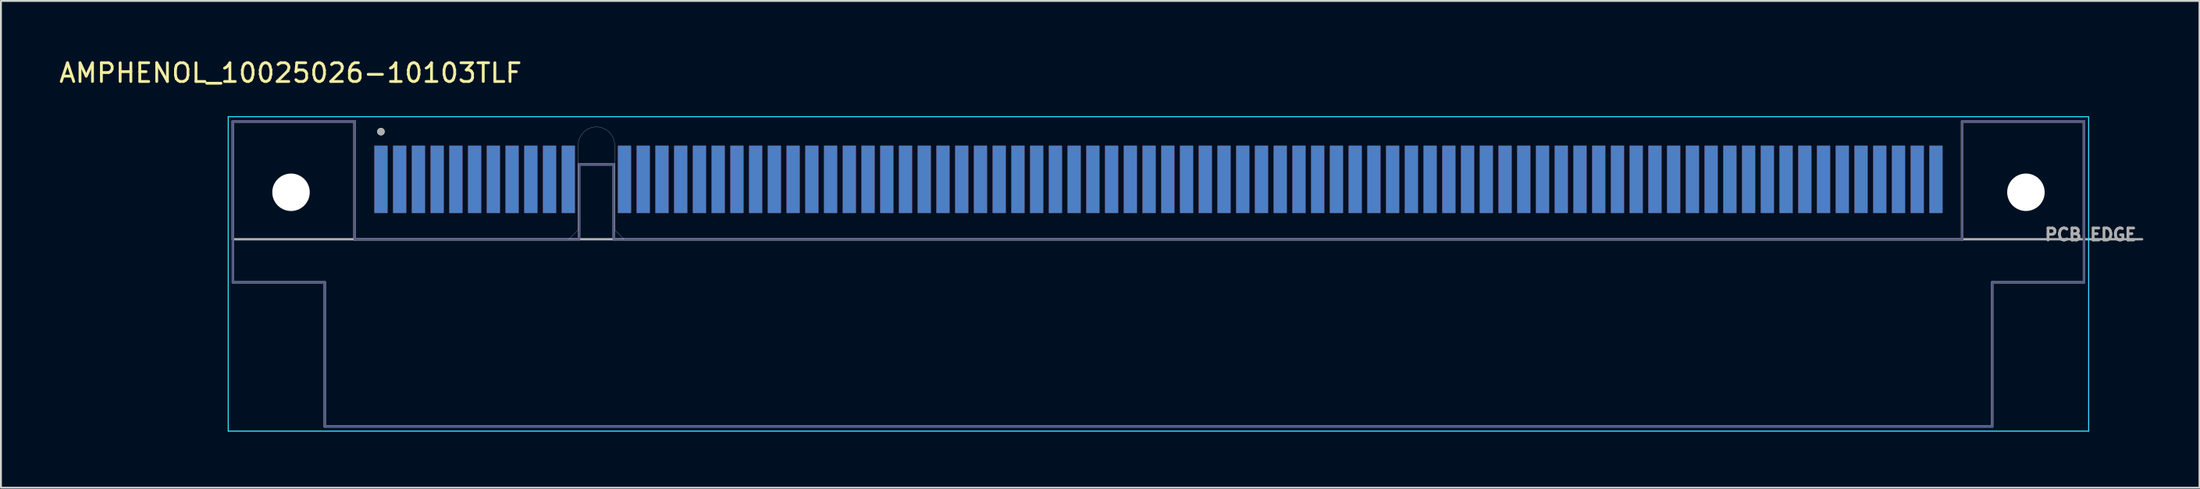
<source format=kicad_pcb>
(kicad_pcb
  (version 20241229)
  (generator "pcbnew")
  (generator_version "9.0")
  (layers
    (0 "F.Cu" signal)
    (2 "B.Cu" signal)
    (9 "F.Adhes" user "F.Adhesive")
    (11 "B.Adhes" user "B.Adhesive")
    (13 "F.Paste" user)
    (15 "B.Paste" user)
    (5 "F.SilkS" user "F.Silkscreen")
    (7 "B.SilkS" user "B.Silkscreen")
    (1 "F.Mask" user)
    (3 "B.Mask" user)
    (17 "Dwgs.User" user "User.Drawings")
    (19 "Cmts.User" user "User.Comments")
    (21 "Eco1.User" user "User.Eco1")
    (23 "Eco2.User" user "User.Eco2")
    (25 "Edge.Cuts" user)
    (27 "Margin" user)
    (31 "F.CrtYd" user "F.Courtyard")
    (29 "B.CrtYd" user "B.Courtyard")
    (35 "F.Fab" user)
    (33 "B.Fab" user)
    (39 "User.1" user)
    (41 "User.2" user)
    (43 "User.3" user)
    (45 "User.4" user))
  (footprint "AMPHENOL_10025026-10103TLF"
    (layer "F.Cu")
    (at 58.783 9.733)
    (property "Reference" "AMPHENOL_10025026-10103TLF" (at -46.325 -8.885 0) (layer "F.SilkS") (effects (font (size 1 1) (thickness 0.15))))
    (attr smd)
    (fp_line (start -49.4 -6.3) (end -42.9 -6.3) (stroke (width 0.127) (type solid)) (layer "F.SilkS"))
    (fp_line (start -49.4 0) (end -49.4 -6.3) (stroke (width 0.127) (type solid)) (layer "F.SilkS"))
    (fp_line (start -42.9 -6.3) (end -42.9 0) (stroke (width 0.127) (type solid)) (layer "F.SilkS"))
    (fp_line (start 42.9 -6.3) (end 42.9 0) (stroke (width 0.127) (type solid)) (layer "F.SilkS"))
    (fp_line (start 49.4 -6.3) (end 42.9 -6.3) (stroke (width 0.127) (type solid)) (layer "F.SilkS"))
    (fp_line (start 49.4 0) (end 49.4 -6.3) (stroke (width 0.127) (type solid)) (layer "F.SilkS"))
    (fp_circle (center -41.5 -5.75) (end -41.4 -5.75) (stroke (width 0.2) (type solid)) (fill no) (layer "F.SilkS"))
    (fp_line (start -49.4 -6.3) (end -42.9 -6.3) (stroke (width 0.127) (type solid)) (layer "B.SilkS"))
    (fp_line (start -49.4 0) (end -49.4 -6.3) (stroke (width 0.127) (type solid)) (layer "B.SilkS"))
    (fp_line (start -42.9 -6.3) (end -42.9 0) (stroke (width 0.127) (type solid)) (layer "B.SilkS"))
    (fp_line (start 42.9 -6.3) (end 42.9 0) (stroke (width 0.127) (type solid)) (layer "B.SilkS"))
    (fp_line (start 49.4 -6.3) (end 42.9 -6.3) (stroke (width 0.127) (type solid)) (layer "B.SilkS"))
    (fp_line (start 49.4 0) (end 49.4 -6.3) (stroke (width 0.127) (type solid)) (layer "B.SilkS"))
    (fp_line (start -31.475 0) (end -30.975 -0.5) (stroke (width 0.01) (type solid)) (layer "Edge.Cuts"))
    (fp_line (start -30.975 -0.5) (end -30.975 -5.025) (stroke (width 0.01) (type solid)) (layer "Edge.Cuts"))
    (fp_line (start -29.025 -5.025) (end -29.025 -0.5) (stroke (width 0.01) (type solid)) (layer "Edge.Cuts"))
    (fp_line (start -29.025 -0.5) (end -28.525 0) (stroke (width 0.01) (type solid)) (layer "Edge.Cuts"))
    (fp_line (start -28.525 0) (end -31.475 0) (stroke (width 0.01) (type solid)) (layer "Edge.Cuts"))
    (fp_arc (start -30.975 -5.025) (mid -30.689429 -5.714429) (end -30 -6) (stroke (width 0.01) (type solid)) (layer "Edge.Cuts"))
    (fp_arc (start -30 -6) (mid -29.310571 -5.714429) (end -29.025 -5.025) (stroke (width 0.01) (type solid)) (layer "Edge.Cuts"))
    (fp_line (start -49.65 -6.55) (end -49.65 10.25) (stroke (width 0.05) (type solid)) (layer "B.CrtYd"))
    (fp_line (start -49.65 10.25) (end 49.65 10.25) (stroke (width 0.05) (type solid)) (layer "B.CrtYd"))
    (fp_line (start 49.65 -6.55) (end -49.65 -6.55) (stroke (width 0.05) (type solid)) (layer "B.CrtYd"))
    (fp_line (start 49.65 10.25) (end 49.65 -6.55) (stroke (width 0.05) (type solid)) (layer "B.CrtYd"))
    (fp_line (start -49.65 -6.55) (end -49.65 10.25) (stroke (width 0.05) (type solid)) (layer "F.CrtYd"))
    (fp_line (start -49.65 10.25) (end 49.65 10.25) (stroke (width 0.05) (type solid)) (layer "F.CrtYd"))
    (fp_line (start 49.65 -6.55) (end -49.65 -6.55) (stroke (width 0.05) (type solid)) (layer "F.CrtYd"))
    (fp_line (start 49.65 10.25) (end 49.65 -6.55) (stroke (width 0.05) (type solid)) (layer "F.CrtYd"))
    (fp_line (start -49.4 -6.3) (end -42.9 -6.3) (stroke (width 0.127) (type solid)) (layer "B.Fab"))
    (fp_line (start -49.4 2.3) (end -49.4 -6.3) (stroke (width 0.127) (type solid)) (layer "B.Fab"))
    (fp_line (start -44.5 2.3) (end -49.4 2.3) (stroke (width 0.127) (type solid)) (layer "B.Fab"))
    (fp_line (start -44.5 10) (end -44.5 2.3) (stroke (width 0.127) (type solid)) (layer "B.Fab"))
    (fp_line (start -42.9 -6.3) (end -42.9 0) (stroke (width 0.127) (type solid)) (layer "B.Fab"))
    (fp_line (start -30.925 -4) (end -30.925 0) (stroke (width 0.127) (type solid)) (layer "B.Fab"))
    (fp_line (start -30.925 -4) (end -29.075 -4) (stroke (width 0.127) (type solid)) (layer "B.Fab"))
    (fp_line (start -30.925 0) (end -42.9 0) (stroke (width 0.127) (type solid)) (layer "B.Fab"))
    (fp_line (start -29.075 -4) (end -29.075 0) (stroke (width 0.127) (type solid)) (layer "B.Fab"))
    (fp_line (start 42.9 -6.3) (end 42.9 0) (stroke (width 0.127) (type solid)) (layer "B.Fab"))
    (fp_line (start 42.9 0) (end -29.075 0) (stroke (width 0.127) (type solid)) (layer "B.Fab"))
    (fp_line (start 44.5 2.3) (end 49.4 2.3) (stroke (width 0.127) (type solid)) (layer "B.Fab"))
    (fp_line (start 44.5 10) (end -44.5 10) (stroke (width 0.127) (type solid)) (layer "B.Fab"))
    (fp_line (start 44.5 10) (end 44.5 2.3) (stroke (width 0.127) (type solid)) (layer "B.Fab"))
    (fp_line (start 49.4 -6.3) (end 42.9 -6.3) (stroke (width 0.127) (type solid)) (layer "B.Fab"))
    (fp_line (start 49.4 2.3) (end 49.4 -6.3) (stroke (width 0.127) (type solid)) (layer "B.Fab"))
    (fp_line (start -49.4 -6.3) (end -42.9 -6.3) (stroke (width 0.127) (type solid)) (layer "F.Fab"))
    (fp_line (start -49.4 0) (end -49.4 -6.3) (stroke (width 0.127) (type solid)) (layer "F.Fab"))
    (fp_line (start -49.4 0) (end 52.5 0) (stroke (width 0.127) (type solid)) (layer "F.Fab"))
    (fp_line (start -49.4 2.3) (end -49.4 0) (stroke (width 0.127) (type solid)) (layer "F.Fab"))
    (fp_line (start -44.5 2.3) (end -49.4 2.3) (stroke (width 0.127) (type solid)) (layer "F.Fab"))
    (fp_line (start -44.5 10) (end -44.5 2.3) (stroke (width 0.127) (type solid)) (layer "F.Fab"))
    (fp_line (start -42.9 -6.3) (end -42.9 0) (stroke (width 0.127) (type solid)) (layer "F.Fab"))
    (fp_line (start -30.925 -4) (end -30.925 0) (stroke (width 0.127) (type solid)) (layer "F.Fab"))
    (fp_line (start -30.925 -4) (end -29.075 -4) (stroke (width 0.127) (type solid)) (layer "F.Fab"))
    (fp_line (start -30.925 0) (end -42.9 0) (stroke (width 0.127) (type solid)) (layer "F.Fab"))
    (fp_line (start -29.075 -4) (end -29.075 0) (stroke (width 0.127) (type solid)) (layer "F.Fab"))
    (fp_line (start 42.9 -6.3) (end 42.9 0) (stroke (width 0.127) (type solid)) (layer "F.Fab"))
    (fp_line (start 42.9 0) (end -29.075 0) (stroke (width 0.127) (type solid)) (layer "F.Fab"))
    (fp_line (start 44.5 2.3) (end 49.4 2.3) (stroke (width 0.127) (type solid)) (layer "F.Fab"))
    (fp_line (start 44.5 10) (end -44.5 10) (stroke (width 0.127) (type solid)) (layer "F.Fab"))
    (fp_line (start 44.5 10) (end 44.5 2.3) (stroke (width 0.127) (type solid)) (layer "F.Fab"))
    (fp_line (start 49.4 -6.3) (end 42.9 -6.3) (stroke (width 0.127) (type solid)) (layer "F.Fab"))
    (fp_line (start 49.4 2.3) (end 49.4 -6.3) (stroke (width 0.127) (type solid)) (layer "F.Fab"))
    (fp_circle (center -41.5 -5.75) (end -41.4 -5.75) (stroke (width 0.2) (type solid)) (fill no) (layer "F.Fab"))
    (fp_text user "PCB EDGE" (at 49.75 -0.25 0) (layer "F.Fab") (effects (font (size 0.64 0.64) (thickness 0.15))))
    (pad "" np_thru_hole circle (at -46.3 -2.51) (size 2 2) (drill 2) (layers "*.Cu" "*.Mask"))
    (pad "" np_thru_hole circle (at 46.3 -2.51) (size 2 2) (drill 2) (layers "*.Cu" "*.Mask"))
    (pad "A1" smd rect (at -41.5 -3.2) (size 0.7 3.6) (layers "F.Cu" "F.Mask" "F.Paste"))
    (pad "A2" smd rect (at -40.5 -3.2) (size 0.7 3.6) (layers "F.Cu" "F.Mask" "F.Paste"))
    (pad "A3" smd rect (at -39.5 -3.2) (size 0.7 3.6) (layers "F.Cu" "F.Mask" "F.Paste"))
    (pad "A4" smd rect (at -38.5 -3.2) (size 0.7 3.6) (layers "F.Cu" "F.Mask" "F.Paste"))
    (pad "A5" smd rect (at -37.5 -3.2) (size 0.7 3.6) (layers "F.Cu" "F.Mask" "F.Paste"))
    (pad "A6" smd rect (at -36.5 -3.2) (size 0.7 3.6) (layers "F.Cu" "F.Mask" "F.Paste"))
    (pad "A7" smd rect (at -35.5 -3.2) (size 0.7 3.6) (layers "F.Cu" "F.Mask" "F.Paste"))
    (pad "A8" smd rect (at -34.5 -3.2) (size 0.7 3.6) (layers "F.Cu" "F.Mask" "F.Paste"))
    (pad "A9" smd rect (at -33.5 -3.2) (size 0.7 3.6) (layers "F.Cu" "F.Mask" "F.Paste"))
    (pad "A10" smd rect (at -32.5 -3.2) (size 0.7 3.6) (layers "F.Cu" "F.Mask" "F.Paste"))
    (pad "A11" smd rect (at -31.5 -3.2) (size 0.7 3.6) (layers "F.Cu" "F.Mask" "F.Paste"))
    (pad "A12" smd rect (at -28.5 -3.2) (size 0.7 3.6) (layers "F.Cu" "F.Mask" "F.Paste"))
    (pad "A13" smd rect (at -27.5 -3.2) (size 0.7 3.6) (layers "F.Cu" "F.Mask" "F.Paste"))
    (pad "A14" smd rect (at -26.5 -3.2) (size 0.7 3.6) (layers "F.Cu" "F.Mask" "F.Paste"))
    (pad "A15" smd rect (at -25.5 -3.2) (size 0.7 3.6) (layers "F.Cu" "F.Mask" "F.Paste"))
    (pad "A16" smd rect (at -24.5 -3.2) (size 0.7 3.6) (layers "F.Cu" "F.Mask" "F.Paste"))
    (pad "A17" smd rect (at -23.5 -3.2) (size 0.7 3.6) (layers "F.Cu" "F.Mask" "F.Paste"))
    (pad "A18" smd rect (at -22.5 -3.2) (size 0.7 3.6) (layers "F.Cu" "F.Mask" "F.Paste"))
    (pad "A19" smd rect (at -21.5 -3.2) (size 0.7 3.6) (layers "F.Cu" "F.Mask" "F.Paste"))
    (pad "A20" smd rect (at -20.5 -3.2) (size 0.7 3.6) (layers "F.Cu" "F.Mask" "F.Paste"))
    (pad "A21" smd rect (at -19.5 -3.2) (size 0.7 3.6) (layers "F.Cu" "F.Mask" "F.Paste"))
    (pad "A22" smd rect (at -18.5 -3.2) (size 0.7 3.6) (layers "F.Cu" "F.Mask" "F.Paste"))
    (pad "A23" smd rect (at -17.5 -3.2) (size 0.7 3.6) (layers "F.Cu" "F.Mask" "F.Paste"))
    (pad "A24" smd rect (at -16.5 -3.2) (size 0.7 3.6) (layers "F.Cu" "F.Mask" "F.Paste"))
    (pad "A25" smd rect (at -15.5 -3.2) (size 0.7 3.6) (layers "F.Cu" "F.Mask" "F.Paste"))
    (pad "A26" smd rect (at -14.5 -3.2) (size 0.7 3.6) (layers "F.Cu" "F.Mask" "F.Paste"))
    (pad "A27" smd rect (at -13.5 -3.2) (size 0.7 3.6) (layers "F.Cu" "F.Mask" "F.Paste"))
    (pad "A28" smd rect (at -12.5 -3.2) (size 0.7 3.6) (layers "F.Cu" "F.Mask" "F.Paste"))
    (pad "A29" smd rect (at -11.5 -3.2) (size 0.7 3.6) (layers "F.Cu" "F.Mask" "F.Paste"))
    (pad "A30" smd rect (at -10.5 -3.2) (size 0.7 3.6) (layers "F.Cu" "F.Mask" "F.Paste"))
    (pad "A31" smd rect (at -9.5 -3.2) (size 0.7 3.6) (layers "F.Cu" "F.Mask" "F.Paste"))
    (pad "A32" smd rect (at -8.5 -3.2) (size 0.7 3.6) (layers "F.Cu" "F.Mask" "F.Paste"))
    (pad "A33" smd rect (at -7.5 -3.2) (size 0.7 3.6) (layers "F.Cu" "F.Mask" "F.Paste"))
    (pad "A34" smd rect (at -6.5 -3.2) (size 0.7 3.6) (layers "F.Cu" "F.Mask" "F.Paste"))
    (pad "A35" smd rect (at -5.5 -3.2) (size 0.7 3.6) (layers "F.Cu" "F.Mask" "F.Paste"))
    (pad "A36" smd rect (at -4.5 -3.2) (size 0.7 3.6) (layers "F.Cu" "F.Mask" "F.Paste"))
    (pad "A37" smd rect (at -3.5 -3.2) (size 0.7 3.6) (layers "F.Cu" "F.Mask" "F.Paste"))
    (pad "A38" smd rect (at -2.5 -3.2) (size 0.7 3.6) (layers "F.Cu" "F.Mask" "F.Paste"))
    (pad "A39" smd rect (at -1.5 -3.2) (size 0.7 3.6) (layers "F.Cu" "F.Mask" "F.Paste"))
    (pad "A40" smd rect (at -0.5 -3.2) (size 0.7 3.6) (layers "F.Cu" "F.Mask" "F.Paste"))
    (pad "A41" smd rect (at 0.5 -3.2) (size 0.7 3.6) (layers "F.Cu" "F.Mask" "F.Paste"))
    (pad "A42" smd rect (at 1.5 -3.2) (size 0.7 3.6) (layers "F.Cu" "F.Mask" "F.Paste"))
    (pad "A43" smd rect (at 2.5 -3.2) (size 0.7 3.6) (layers "F.Cu" "F.Mask" "F.Paste"))
    (pad "A44" smd rect (at 3.5 -3.2) (size 0.7 3.6) (layers "F.Cu" "F.Mask" "F.Paste"))
    (pad "A45" smd rect (at 4.5 -3.2) (size 0.7 3.6) (layers "F.Cu" "F.Mask" "F.Paste"))
    (pad "A46" smd rect (at 5.5 -3.2) (size 0.7 3.6) (layers "F.Cu" "F.Mask" "F.Paste"))
    (pad "A47" smd rect (at 6.5 -3.2) (size 0.7 3.6) (layers "F.Cu" "F.Mask" "F.Paste"))
    (pad "A48" smd rect (at 7.5 -3.2) (size 0.7 3.6) (layers "F.Cu" "F.Mask" "F.Paste"))
    (pad "A49" smd rect (at 8.5 -3.2) (size 0.7 3.6) (layers "F.Cu" "F.Mask" "F.Paste"))
    (pad "A50" smd rect (at 9.5 -3.2) (size 0.7 3.6) (layers "F.Cu" "F.Mask" "F.Paste"))
    (pad "A51" smd rect (at 10.5 -3.2) (size 0.7 3.6) (layers "F.Cu" "F.Mask" "F.Paste"))
    (pad "A52" smd rect (at 11.5 -3.2) (size 0.7 3.6) (layers "F.Cu" "F.Mask" "F.Paste"))
    (pad "A53" smd rect (at 12.5 -3.2) (size 0.7 3.6) (layers "F.Cu" "F.Mask" "F.Paste"))
    (pad "A54" smd rect (at 13.5 -3.2) (size 0.7 3.6) (layers "F.Cu" "F.Mask" "F.Paste"))
    (pad "A55" smd rect (at 14.5 -3.2) (size 0.7 3.6) (layers "F.Cu" "F.Mask" "F.Paste"))
    (pad "A56" smd rect (at 15.5 -3.2) (size 0.7 3.6) (layers "F.Cu" "F.Mask" "F.Paste"))
    (pad "A57" smd rect (at 16.5 -3.2) (size 0.7 3.6) (layers "F.Cu" "F.Mask" "F.Paste"))
    (pad "A58" smd rect (at 17.5 -3.2) (size 0.7 3.6) (layers "F.Cu" "F.Mask" "F.Paste"))
    (pad "A59" smd rect (at 18.5 -3.2) (size 0.7 3.6) (layers "F.Cu" "F.Mask" "F.Paste"))
    (pad "A60" smd rect (at 19.5 -3.2) (size 0.7 3.6) (layers "F.Cu" "F.Mask" "F.Paste"))
    (pad "A61" smd rect (at 20.5 -3.2) (size 0.7 3.6) (layers "F.Cu" "F.Mask" "F.Paste"))
    (pad "A62" smd rect (at 21.5 -3.2) (size 0.7 3.6) (layers "F.Cu" "F.Mask" "F.Paste"))
    (pad "A63" smd rect (at 22.5 -3.2) (size 0.7 3.6) (layers "F.Cu" "F.Mask" "F.Paste"))
    (pad "A64" smd rect (at 23.5 -3.2) (size 0.7 3.6) (layers "F.Cu" "F.Mask" "F.Paste"))
    (pad "A65" smd rect (at 24.5 -3.2) (size 0.7 3.6) (layers "F.Cu" "F.Mask" "F.Paste"))
    (pad "A66" smd rect (at 25.5 -3.2) (size 0.7 3.6) (layers "F.Cu" "F.Mask" "F.Paste"))
    (pad "A67" smd rect (at 26.5 -3.2) (size 0.7 3.6) (layers "F.Cu" "F.Mask" "F.Paste"))
    (pad "A68" smd rect (at 27.5 -3.2) (size 0.7 3.6) (layers "F.Cu" "F.Mask" "F.Paste"))
    (pad "A69" smd rect (at 28.5 -3.2) (size 0.7 3.6) (layers "F.Cu" "F.Mask" "F.Paste"))
    (pad "A70" smd rect (at 29.5 -3.2) (size 0.7 3.6) (layers "F.Cu" "F.Mask" "F.Paste"))
    (pad "A71" smd rect (at 30.5 -3.2) (size 0.7 3.6) (layers "F.Cu" "F.Mask" "F.Paste"))
    (pad "A72" smd rect (at 31.5 -3.2) (size 0.7 3.6) (layers "F.Cu" "F.Mask" "F.Paste"))
    (pad "A73" smd rect (at 32.5 -3.2) (size 0.7 3.6) (layers "F.Cu" "F.Mask" "F.Paste"))
    (pad "A74" smd rect (at 33.5 -3.2) (size 0.7 3.6) (layers "F.Cu" "F.Mask" "F.Paste"))
    (pad "A75" smd rect (at 34.5 -3.2) (size 0.7 3.6) (layers "F.Cu" "F.Mask" "F.Paste"))
    (pad "A76" smd rect (at 35.5 -3.2) (size 0.7 3.6) (layers "F.Cu" "F.Mask" "F.Paste"))
    (pad "A77" smd rect (at 36.5 -3.2) (size 0.7 3.6) (layers "F.Cu" "F.Mask" "F.Paste"))
    (pad "A78" smd rect (at 37.5 -3.2) (size 0.7 3.6) (layers "F.Cu" "F.Mask" "F.Paste"))
    (pad "A79" smd rect (at 38.5 -3.2) (size 0.7 3.6) (layers "F.Cu" "F.Mask" "F.Paste"))
    (pad "A80" smd rect (at 39.5 -3.2) (size 0.7 3.6) (layers "F.Cu" "F.Mask" "F.Paste"))
    (pad "A81" smd rect (at 40.5 -3.2) (size 0.7 3.6) (layers "F.Cu" "F.Mask" "F.Paste"))
    (pad "A82" smd rect (at 41.5 -3.2) (size 0.7 3.6) (layers "F.Cu" "F.Mask" "F.Paste"))
    (pad "B1" smd rect (at -41.5 -3.2) (size 0.7 3.6) (layers "B.Cu" "B.Mask" "B.Paste"))
    (pad "B2" smd rect (at -40.5 -3.2) (size 0.7 3.6) (layers "B.Cu" "B.Mask" "B.Paste"))
    (pad "B3" smd rect (at -39.5 -3.2) (size 0.7 3.6) (layers "B.Cu" "B.Mask" "B.Paste"))
    (pad "B4" smd rect (at -38.5 -3.2) (size 0.7 3.6) (layers "B.Cu" "B.Mask" "B.Paste"))
    (pad "B5" smd rect (at -37.5 -3.2) (size 0.7 3.6) (layers "B.Cu" "B.Mask" "B.Paste"))
    (pad "B6" smd rect (at -36.5 -3.2) (size 0.7 3.6) (layers "B.Cu" "B.Mask" "B.Paste"))
    (pad "B7" smd rect (at -35.5 -3.2) (size 0.7 3.6) (layers "B.Cu" "B.Mask" "B.Paste"))
    (pad "B8" smd rect (at -34.5 -3.2) (size 0.7 3.6) (layers "B.Cu" "B.Mask" "B.Paste"))
    (pad "B9" smd rect (at -33.5 -3.2) (size 0.7 3.6) (layers "B.Cu" "B.Mask" "B.Paste"))
    (pad "B10" smd rect (at -32.5 -3.2) (size 0.7 3.6) (layers "B.Cu" "B.Mask" "B.Paste"))
    (pad "B11" smd rect (at -31.5 -3.2) (size 0.7 3.6) (layers "B.Cu" "B.Mask" "B.Paste"))
    (pad "B12" smd rect (at -28.5 -3.2) (size 0.7 3.6) (layers "B.Cu" "B.Mask" "B.Paste"))
    (pad "B13" smd rect (at -27.5 -3.2) (size 0.7 3.6) (layers "B.Cu" "B.Mask" "B.Paste"))
    (pad "B14" smd rect (at -26.5 -3.2) (size 0.7 3.6) (layers "B.Cu" "B.Mask" "B.Paste"))
    (pad "B15" smd rect (at -25.5 -3.2) (size 0.7 3.6) (layers "B.Cu" "B.Mask" "B.Paste"))
    (pad "B16" smd rect (at -24.5 -3.2) (size 0.7 3.6) (layers "B.Cu" "B.Mask" "B.Paste"))
    (pad "B17" smd rect (at -23.5 -3.2) (size 0.7 3.6) (layers "B.Cu" "B.Mask" "B.Paste"))
    (pad "B18" smd rect (at -22.5 -3.2) (size 0.7 3.6) (layers "B.Cu" "B.Mask" "B.Paste"))
    (pad "B19" smd rect (at -21.5 -3.2) (size 0.7 3.6) (layers "B.Cu" "B.Mask" "B.Paste"))
    (pad "B20" smd rect (at -20.5 -3.2) (size 0.7 3.6) (layers "B.Cu" "B.Mask" "B.Paste"))
    (pad "B21" smd rect (at -19.5 -3.2) (size 0.7 3.6) (layers "B.Cu" "B.Mask" "B.Paste"))
    (pad "B22" smd rect (at -18.5 -3.2) (size 0.7 3.6) (layers "B.Cu" "B.Mask" "B.Paste"))
    (pad "B23" smd rect (at -17.5 -3.2) (size 0.7 3.6) (layers "B.Cu" "B.Mask" "B.Paste"))
    (pad "B24" smd rect (at -16.5 -3.2) (size 0.7 3.6) (layers "B.Cu" "B.Mask" "B.Paste"))
    (pad "B25" smd rect (at -15.5 -3.2) (size 0.7 3.6) (layers "B.Cu" "B.Mask" "B.Paste"))
    (pad "B26" smd rect (at -14.5 -3.2) (size 0.7 3.6) (layers "B.Cu" "B.Mask" "B.Paste"))
    (pad "B27" smd rect (at -13.5 -3.2) (size 0.7 3.6) (layers "B.Cu" "B.Mask" "B.Paste"))
    (pad "B28" smd rect (at -12.5 -3.2) (size 0.7 3.6) (layers "B.Cu" "B.Mask" "B.Paste"))
    (pad "B29" smd rect (at -11.5 -3.2) (size 0.7 3.6) (layers "B.Cu" "B.Mask" "B.Paste"))
    (pad "B30" smd rect (at -10.5 -3.2) (size 0.7 3.6) (layers "B.Cu" "B.Mask" "B.Paste"))
    (pad "B31" smd rect (at -9.5 -3.2) (size 0.7 3.6) (layers "B.Cu" "B.Mask" "B.Paste"))
    (pad "B32" smd rect (at -8.5 -3.2) (size 0.7 3.6) (layers "B.Cu" "B.Mask" "B.Paste"))
    (pad "B33" smd rect (at -7.5 -3.2) (size 0.7 3.6) (layers "B.Cu" "B.Mask" "B.Paste"))
    (pad "B34" smd rect (at -6.5 -3.2) (size 0.7 3.6) (layers "B.Cu" "B.Mask" "B.Paste"))
    (pad "B35" smd rect (at -5.5 -3.2) (size 0.7 3.6) (layers "B.Cu" "B.Mask" "B.Paste"))
    (pad "B36" smd rect (at -4.5 -3.2) (size 0.7 3.6) (layers "B.Cu" "B.Mask" "B.Paste"))
    (pad "B37" smd rect (at -3.5 -3.2) (size 0.7 3.6) (layers "B.Cu" "B.Mask" "B.Paste"))
    (pad "B38" smd rect (at -2.5 -3.2) (size 0.7 3.6) (layers "B.Cu" "B.Mask" "B.Paste"))
    (pad "B39" smd rect (at -1.5 -3.2) (size 0.7 3.6) (layers "B.Cu" "B.Mask" "B.Paste"))
    (pad "B40" smd rect (at -0.5 -3.2) (size 0.7 3.6) (layers "B.Cu" "B.Mask" "B.Paste"))
    (pad "B41" smd rect (at 0.5 -3.2) (size 0.7 3.6) (layers "B.Cu" "B.Mask" "B.Paste"))
    (pad "B42" smd rect (at 1.5 -3.2) (size 0.7 3.6) (layers "B.Cu" "B.Mask" "B.Paste"))
    (pad "B43" smd rect (at 2.5 -3.2) (size 0.7 3.6) (layers "B.Cu" "B.Mask" "B.Paste"))
    (pad "B44" smd rect (at 3.5 -3.2) (size 0.7 3.6) (layers "B.Cu" "B.Mask" "B.Paste"))
    (pad "B45" smd rect (at 4.5 -3.2) (size 0.7 3.6) (layers "B.Cu" "B.Mask" "B.Paste"))
    (pad "B46" smd rect (at 5.5 -3.2) (size 0.7 3.6) (layers "B.Cu" "B.Mask" "B.Paste"))
    (pad "B47" smd rect (at 6.5 -3.2) (size 0.7 3.6) (layers "B.Cu" "B.Mask" "B.Paste"))
    (pad "B48" smd rect (at 7.5 -3.2) (size 0.7 3.6) (layers "B.Cu" "B.Mask" "B.Paste"))
    (pad "B49" smd rect (at 8.5 -3.2) (size 0.7 3.6) (layers "B.Cu" "B.Mask" "B.Paste"))
    (pad "B50" smd rect (at 9.5 -3.2) (size 0.7 3.6) (layers "B.Cu" "B.Mask" "B.Paste"))
    (pad "B51" smd rect (at 10.5 -3.2) (size 0.7 3.6) (layers "B.Cu" "B.Mask" "B.Paste"))
    (pad "B52" smd rect (at 11.5 -3.2) (size 0.7 3.6) (layers "B.Cu" "B.Mask" "B.Paste"))
    (pad "B53" smd rect (at 12.5 -3.2) (size 0.7 3.6) (layers "B.Cu" "B.Mask" "B.Paste"))
    (pad "B54" smd rect (at 13.5 -3.2) (size 0.7 3.6) (layers "B.Cu" "B.Mask" "B.Paste"))
    (pad "B55" smd rect (at 14.5 -3.2) (size 0.7 3.6) (layers "B.Cu" "B.Mask" "B.Paste"))
    (pad "B56" smd rect (at 15.5 -3.2) (size 0.7 3.6) (layers "B.Cu" "B.Mask" "B.Paste"))
    (pad "B57" smd rect (at 16.5 -3.2) (size 0.7 3.6) (layers "B.Cu" "B.Mask" "B.Paste"))
    (pad "B58" smd rect (at 17.5 -3.2) (size 0.7 3.6) (layers "B.Cu" "B.Mask" "B.Paste"))
    (pad "B59" smd rect (at 18.5 -3.2) (size 0.7 3.6) (layers "B.Cu" "B.Mask" "B.Paste"))
    (pad "B60" smd rect (at 19.5 -3.2) (size 0.7 3.6) (layers "B.Cu" "B.Mask" "B.Paste"))
    (pad "B61" smd rect (at 20.5 -3.2) (size 0.7 3.6) (layers "B.Cu" "B.Mask" "B.Paste"))
    (pad "B62" smd rect (at 21.5 -3.2) (size 0.7 3.6) (layers "B.Cu" "B.Mask" "B.Paste"))
    (pad "B63" smd rect (at 22.5 -3.2) (size 0.7 3.6) (layers "B.Cu" "B.Mask" "B.Paste"))
    (pad "B64" smd rect (at 23.5 -3.2) (size 0.7 3.6) (layers "B.Cu" "B.Mask" "B.Paste"))
    (pad "B65" smd rect (at 24.5 -3.2) (size 0.7 3.6) (layers "B.Cu" "B.Mask" "B.Paste"))
    (pad "B66" smd rect (at 25.5 -3.2) (size 0.7 3.6) (layers "B.Cu" "B.Mask" "B.Paste"))
    (pad "B67" smd rect (at 26.5 -3.2) (size 0.7 3.6) (layers "B.Cu" "B.Mask" "B.Paste"))
    (pad "B68" smd rect (at 27.5 -3.2) (size 0.7 3.6) (layers "B.Cu" "B.Mask" "B.Paste"))
    (pad "B69" smd rect (at 28.5 -3.2) (size 0.7 3.6) (layers "B.Cu" "B.Mask" "B.Paste"))
    (pad "B70" smd rect (at 29.5 -3.2) (size 0.7 3.6) (layers "B.Cu" "B.Mask" "B.Paste"))
    (pad "B71" smd rect (at 30.5 -3.2) (size 0.7 3.6) (layers "B.Cu" "B.Mask" "B.Paste"))
    (pad "B72" smd rect (at 31.5 -3.2) (size 0.7 3.6) (layers "B.Cu" "B.Mask" "B.Paste"))
    (pad "B73" smd rect (at 32.5 -3.2) (size 0.7 3.6) (layers "B.Cu" "B.Mask" "B.Paste"))
    (pad "B74" smd rect (at 33.5 -3.2) (size 0.7 3.6) (layers "B.Cu" "B.Mask" "B.Paste"))
    (pad "B75" smd rect (at 34.5 -3.2) (size 0.7 3.6) (layers "B.Cu" "B.Mask" "B.Paste"))
    (pad "B76" smd rect (at 35.5 -3.2) (size 0.7 3.6) (layers "B.Cu" "B.Mask" "B.Paste"))
    (pad "B77" smd rect (at 36.5 -3.2) (size 0.7 3.6) (layers "B.Cu" "B.Mask" "B.Paste"))
    (pad "B78" smd rect (at 37.5 -3.2) (size 0.7 3.6) (layers "B.Cu" "B.Mask" "B.Paste"))
    (pad "B79" smd rect (at 38.5 -3.2) (size 0.7 3.6) (layers "B.Cu" "B.Mask" "B.Paste"))
    (pad "B80" smd rect (at 39.5 -3.2) (size 0.7 3.6) (layers "B.Cu" "B.Mask" "B.Paste"))
    (pad "B81" smd rect (at 40.5 -3.2) (size 0.7 3.6) (layers "B.Cu" "B.Mask" "B.Paste"))
    (pad "B82" smd rect (at 41.5 -3.2) (size 0.7 3.6) (layers "B.Cu" "B.Mask" "B.Paste")))
  (gr_rect
    (start -3 -3)
    (end 114.347 23.008)
    (stroke (width 0.1) (type default))
    (fill no)
    (layer "Edge.Cuts")))
</source>
